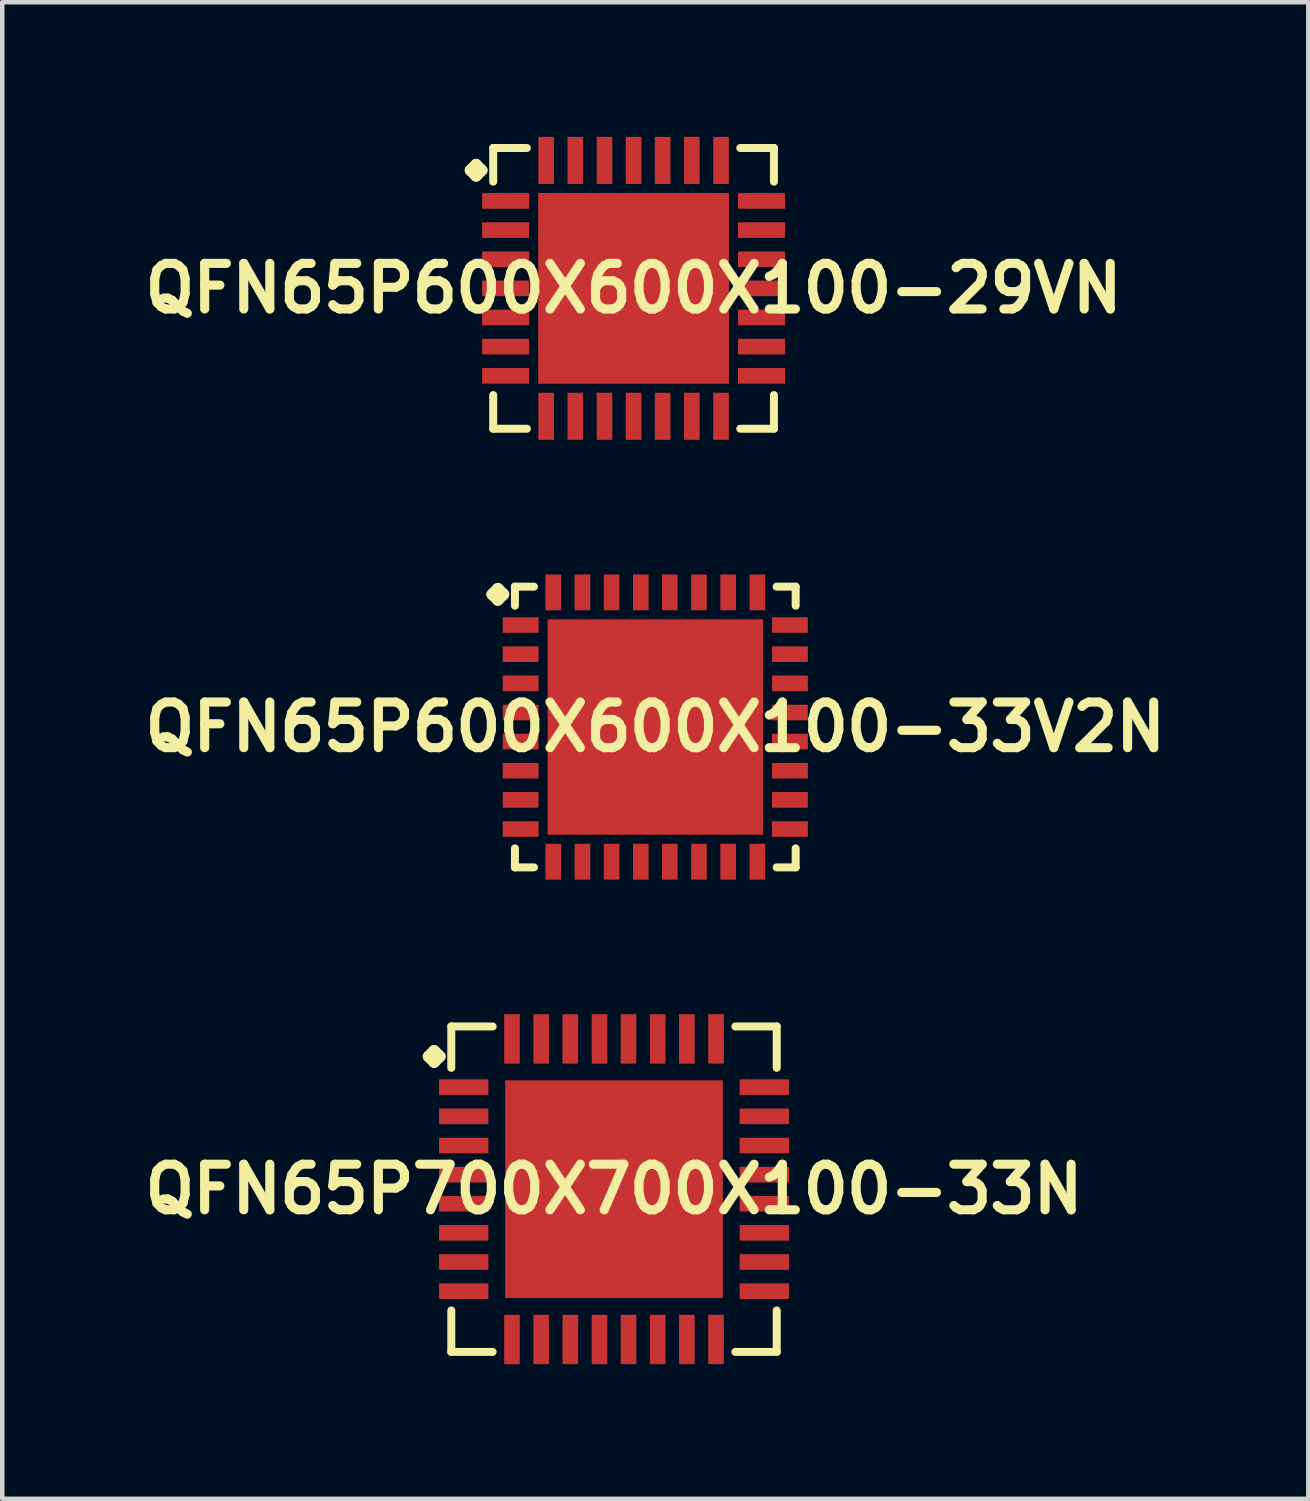
<source format=kicad_pcb>
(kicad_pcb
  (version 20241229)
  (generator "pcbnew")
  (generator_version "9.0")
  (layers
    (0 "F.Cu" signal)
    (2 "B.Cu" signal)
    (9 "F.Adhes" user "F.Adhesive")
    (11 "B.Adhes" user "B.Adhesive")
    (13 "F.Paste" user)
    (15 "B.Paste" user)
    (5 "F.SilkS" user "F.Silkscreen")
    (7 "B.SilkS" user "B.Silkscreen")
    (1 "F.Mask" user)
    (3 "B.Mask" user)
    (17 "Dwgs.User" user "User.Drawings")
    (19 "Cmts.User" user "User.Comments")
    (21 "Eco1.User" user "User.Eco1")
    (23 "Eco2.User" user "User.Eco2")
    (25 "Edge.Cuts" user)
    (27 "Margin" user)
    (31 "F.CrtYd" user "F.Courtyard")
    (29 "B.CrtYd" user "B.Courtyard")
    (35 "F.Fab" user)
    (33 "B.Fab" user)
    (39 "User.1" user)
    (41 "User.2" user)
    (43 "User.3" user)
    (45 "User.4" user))
  (footprint "QFN65P700X700X100-33N"
    (layer "F.Cu")
    (at 10.629 23.443)
    (property "Reference" "QFN65P700X700X100-33N" (at 0 0 0) (layer "F.SilkS") (effects (font (size 1.016 1.016) (thickness 0.203))))
    (attr smd)
    (fp_line (start -4.133 -2.957) (end -4.006 -3.084) (stroke (width 0.254) (type solid)) (layer "F.SilkS"))
    (fp_line (start -4.006 -3.084) (end -3.879 -2.957) (stroke (width 0.254) (type solid)) (layer "F.SilkS"))
    (fp_line (start -4.006 -2.83) (end -4.133 -2.957) (stroke (width 0.254) (type solid)) (layer "F.SilkS"))
    (fp_line (start -3.879 -2.957) (end -4.006 -2.83) (stroke (width 0.254) (type solid)) (layer "F.SilkS"))
    (fp_line (start -3.625 -3.625) (end -2.703 -3.625) (stroke (width 0.178) (type solid)) (layer "F.SilkS"))
    (fp_line (start -3.625 -2.703) (end -3.625 -3.625) (stroke (width 0.178) (type solid)) (layer "F.SilkS"))
    (fp_line (start -3.625 2.703) (end -3.625 3.625) (stroke (width 0.178) (type solid)) (layer "F.SilkS"))
    (fp_line (start -3.625 3.625) (end -2.703 3.625) (stroke (width 0.178) (type solid)) (layer "F.SilkS"))
    (fp_line (start 2.703 -3.625) (end 3.625 -3.625) (stroke (width 0.178) (type solid)) (layer "F.SilkS"))
    (fp_line (start 2.703 3.625) (end 3.625 3.625) (stroke (width 0.178) (type solid)) (layer "F.SilkS"))
    (fp_line (start 3.625 -3.625) (end 3.625 -2.703) (stroke (width 0.178) (type solid)) (layer "F.SilkS"))
    (fp_line (start 3.625 3.625) (end 3.625 2.703) (stroke (width 0.178) (type solid)) (layer "F.SilkS"))
    (pad "1" smd rect (at -3.348 -2.273) (size 1.1 0.348) (layers "F.Cu" "F.Mask" "F.Paste"))
    (pad "2" smd rect (at -3.348 -1.623) (size 1.1 0.348) (layers "F.Cu" "F.Mask" "F.Paste"))
    (pad "3" smd rect (at -3.348 -0.973) (size 1.1 0.348) (layers "F.Cu" "F.Mask" "F.Paste"))
    (pad "4" smd rect (at -3.348 -0.323) (size 1.1 0.348) (layers "F.Cu" "F.Mask" "F.Paste"))
    (pad "5" smd rect (at -3.348 0.323) (size 1.1 0.348) (layers "F.Cu" "F.Mask" "F.Paste"))
    (pad "6" smd rect (at -3.348 0.973) (size 1.1 0.348) (layers "F.Cu" "F.Mask" "F.Paste"))
    (pad "7" smd rect (at -3.348 1.623) (size 1.1 0.348) (layers "F.Cu" "F.Mask" "F.Paste"))
    (pad "8" smd rect (at -3.348 2.273) (size 1.1 0.348) (layers "F.Cu" "F.Mask" "F.Paste"))
    (pad "9" smd rect (at -2.273 3.348) (size 0.348 1.1) (layers "F.Cu" "F.Mask" "F.Paste"))
    (pad "10" smd rect (at -1.623 3.348) (size 0.348 1.1) (layers "F.Cu" "F.Mask" "F.Paste"))
    (pad "11" smd rect (at -0.973 3.348) (size 0.348 1.1) (layers "F.Cu" "F.Mask" "F.Paste"))
    (pad "12" smd rect (at -0.323 3.348) (size 0.348 1.1) (layers "F.Cu" "F.Mask" "F.Paste"))
    (pad "13" smd rect (at 0.323 3.348) (size 0.348 1.1) (layers "F.Cu" "F.Mask" "F.Paste"))
    (pad "14" smd rect (at 0.973 3.348) (size 0.348 1.1) (layers "F.Cu" "F.Mask" "F.Paste"))
    (pad "15" smd rect (at 1.623 3.348) (size 0.348 1.1) (layers "F.Cu" "F.Mask" "F.Paste"))
    (pad "16" smd rect (at 2.273 3.348) (size 0.348 1.1) (layers "F.Cu" "F.Mask" "F.Paste"))
    (pad "17" smd rect (at 3.348 2.273) (size 1.1 0.348) (layers "F.Cu" "F.Mask" "F.Paste"))
    (pad "18" smd rect (at 3.348 1.623) (size 1.1 0.348) (layers "F.Cu" "F.Mask" "F.Paste"))
    (pad "19" smd rect (at 3.348 0.973) (size 1.1 0.348) (layers "F.Cu" "F.Mask" "F.Paste"))
    (pad "20" smd rect (at 3.348 0.323) (size 1.1 0.348) (layers "F.Cu" "F.Mask" "F.Paste"))
    (pad "21" smd rect (at 3.348 -0.323) (size 1.1 0.348) (layers "F.Cu" "F.Mask" "F.Paste"))
    (pad "22" smd rect (at 3.348 -0.973) (size 1.1 0.348) (layers "F.Cu" "F.Mask" "F.Paste"))
    (pad "23" smd rect (at 3.348 -1.623) (size 1.1 0.348) (layers "F.Cu" "F.Mask" "F.Paste"))
    (pad "24" smd rect (at 3.348 -2.273) (size 1.1 0.348) (layers "F.Cu" "F.Mask" "F.Paste"))
    (pad "25" smd rect (at 2.273 -3.348) (size 0.348 1.1) (layers "F.Cu" "F.Mask" "F.Paste"))
    (pad "26" smd rect (at 1.623 -3.348) (size 0.348 1.1) (layers "F.Cu" "F.Mask" "F.Paste"))
    (pad "27" smd rect (at 0.973 -3.348) (size 0.348 1.1) (layers "F.Cu" "F.Mask" "F.Paste"))
    (pad "28" smd rect (at 0.323 -3.348) (size 0.348 1.1) (layers "F.Cu" "F.Mask" "F.Paste"))
    (pad "29" smd rect (at -0.323 -3.348) (size 0.348 1.1) (layers "F.Cu" "F.Mask" "F.Paste"))
    (pad "30" smd rect (at -0.973 -3.348) (size 0.348 1.1) (layers "F.Cu" "F.Mask" "F.Paste"))
    (pad "31" smd rect (at -1.623 -3.348) (size 0.348 1.1) (layers "F.Cu" "F.Mask" "F.Paste"))
    (pad "32" smd rect (at -2.273 -3.348) (size 0.348 1.1) (layers "F.Cu" "F.Mask" "F.Paste"))
    (pad "33" smd rect (at 0 0) (size 4.849 4.849) (layers "F.Cu" "F.Mask" "F.Paste")))
  (footprint "QFN65P600X600X100-29VN"
    (layer "F.Cu")
    (at 11.065 3.374)
    (property "Reference" "QFN65P600X600X100-29VN" (at 0 0 0) (layer "F.SilkS") (effects (font (size 1.016 1.016) (thickness 0.203))))
    (attr smd)
    (fp_line (start -3.635 -2.631) (end -3.508 -2.758) (stroke (width 0.254) (type solid)) (layer "F.SilkS"))
    (fp_line (start -3.508 -2.758) (end -3.381 -2.631) (stroke (width 0.254) (type solid)) (layer "F.SilkS"))
    (fp_line (start -3.508 -2.504) (end -3.635 -2.631) (stroke (width 0.254) (type solid)) (layer "F.SilkS"))
    (fp_line (start -3.381 -2.631) (end -3.508 -2.504) (stroke (width 0.254) (type solid)) (layer "F.SilkS"))
    (fp_line (start -3.127 -3.127) (end -2.377 -3.127) (stroke (width 0.178) (type solid)) (layer "F.SilkS"))
    (fp_line (start -3.127 -2.377) (end -3.127 -3.127) (stroke (width 0.178) (type solid)) (layer "F.SilkS"))
    (fp_line (start -3.127 2.377) (end -3.127 3.127) (stroke (width 0.178) (type solid)) (layer "F.SilkS"))
    (fp_line (start -3.127 3.127) (end -2.377 3.127) (stroke (width 0.178) (type solid)) (layer "F.SilkS"))
    (fp_line (start 2.377 -3.127) (end 3.127 -3.127) (stroke (width 0.178) (type solid)) (layer "F.SilkS"))
    (fp_line (start 2.377 3.127) (end 3.127 3.127) (stroke (width 0.178) (type solid)) (layer "F.SilkS"))
    (fp_line (start 3.127 -3.127) (end 3.127 -2.377) (stroke (width 0.178) (type solid)) (layer "F.SilkS"))
    (fp_line (start 3.127 3.127) (end 3.127 2.377) (stroke (width 0.178) (type solid)) (layer "F.SilkS"))
    (pad "1" smd rect (at -2.85 -1.948) (size 1.049 0.348) (layers "F.Cu" "F.Mask" "F.Paste"))
    (pad "2" smd rect (at -2.85 -1.298) (size 1.049 0.348) (layers "F.Cu" "F.Mask" "F.Paste"))
    (pad "3" smd rect (at -2.85 -0.648) (size 1.049 0.348) (layers "F.Cu" "F.Mask" "F.Paste"))
    (pad "4" smd rect (at -2.85 0) (size 1.049 0.348) (layers "F.Cu" "F.Mask" "F.Paste"))
    (pad "5" smd rect (at -2.85 0.648) (size 1.049 0.348) (layers "F.Cu" "F.Mask" "F.Paste"))
    (pad "6" smd rect (at -2.85 1.298) (size 1.049 0.348) (layers "F.Cu" "F.Mask" "F.Paste"))
    (pad "7" smd rect (at -2.85 1.948) (size 1.049 0.348) (layers "F.Cu" "F.Mask" "F.Paste"))
    (pad "8" smd rect (at -1.948 2.85) (size 0.348 1.049) (layers "F.Cu" "F.Mask" "F.Paste"))
    (pad "9" smd rect (at -1.298 2.85) (size 0.348 1.049) (layers "F.Cu" "F.Mask" "F.Paste"))
    (pad "10" smd rect (at -0.648 2.85) (size 0.348 1.049) (layers "F.Cu" "F.Mask" "F.Paste"))
    (pad "11" smd rect (at 0 2.85) (size 0.348 1.049) (layers "F.Cu" "F.Mask" "F.Paste"))
    (pad "12" smd rect (at 0.648 2.85) (size 0.348 1.049) (layers "F.Cu" "F.Mask" "F.Paste"))
    (pad "13" smd rect (at 1.298 2.85) (size 0.348 1.049) (layers "F.Cu" "F.Mask" "F.Paste"))
    (pad "14" smd rect (at 1.948 2.85) (size 0.348 1.049) (layers "F.Cu" "F.Mask" "F.Paste"))
    (pad "15" smd rect (at 2.85 1.948) (size 1.049 0.348) (layers "F.Cu" "F.Mask" "F.Paste"))
    (pad "16" smd rect (at 2.85 1.298) (size 1.049 0.348) (layers "F.Cu" "F.Mask" "F.Paste"))
    (pad "17" smd rect (at 2.85 0.648) (size 1.049 0.348) (layers "F.Cu" "F.Mask" "F.Paste"))
    (pad "18" smd rect (at 2.85 0) (size 1.049 0.348) (layers "F.Cu" "F.Mask" "F.Paste"))
    (pad "19" smd rect (at 2.85 -0.648) (size 1.049 0.348) (layers "F.Cu" "F.Mask" "F.Paste"))
    (pad "20" smd rect (at 2.85 -1.298) (size 1.049 0.348) (layers "F.Cu" "F.Mask" "F.Paste"))
    (pad "21" smd rect (at 2.85 -1.948) (size 1.049 0.348) (layers "F.Cu" "F.Mask" "F.Paste"))
    (pad "22" smd rect (at 1.948 -2.85) (size 0.348 1.049) (layers "F.Cu" "F.Mask" "F.Paste"))
    (pad "23" smd rect (at 1.298 -2.85) (size 0.348 1.049) (layers "F.Cu" "F.Mask" "F.Paste"))
    (pad "24" smd rect (at 0.648 -2.85) (size 0.348 1.049) (layers "F.Cu" "F.Mask" "F.Paste"))
    (pad "25" smd rect (at 0 -2.85) (size 0.348 1.049) (layers "F.Cu" "F.Mask" "F.Paste"))
    (pad "26" smd rect (at -0.648 -2.85) (size 0.348 1.049) (layers "F.Cu" "F.Mask" "F.Paste"))
    (pad "27" smd rect (at -1.298 -2.85) (size 0.348 1.049) (layers "F.Cu" "F.Mask" "F.Paste"))
    (pad "28" smd rect (at -1.948 -2.85) (size 0.348 1.049) (layers "F.Cu" "F.Mask" "F.Paste"))
    (pad "29" smd rect (at 0 0) (size 4.249 4.249) (layers "F.Cu" "F.Mask" "F.Paste")))
  (footprint "QFN65P600X600X100-33V2N"
    (layer "F.Cu")
    (at 11.549 13.147)
    (property "Reference" "QFN65P600X600X100-33V2N" (at 0 0 0) (layer "F.SilkS") (effects (font (size 1.016 1.016) (thickness 0.203))))
    (attr smd)
    (fp_line (start -3.635 -2.957) (end -3.508 -3.084) (stroke (width 0.254) (type solid)) (layer "F.SilkS"))
    (fp_line (start -3.508 -3.084) (end -3.381 -2.957) (stroke (width 0.254) (type solid)) (layer "F.SilkS"))
    (fp_line (start -3.508 -2.83) (end -3.635 -2.957) (stroke (width 0.254) (type solid)) (layer "F.SilkS"))
    (fp_line (start -3.381 -2.957) (end -3.508 -2.83) (stroke (width 0.254) (type solid)) (layer "F.SilkS"))
    (fp_line (start -3.127 -3.127) (end -2.703 -3.127) (stroke (width 0.178) (type solid)) (layer "F.SilkS"))
    (fp_line (start -3.127 -2.703) (end -3.127 -3.127) (stroke (width 0.178) (type solid)) (layer "F.SilkS"))
    (fp_line (start -3.127 2.703) (end -3.127 3.127) (stroke (width 0.178) (type solid)) (layer "F.SilkS"))
    (fp_line (start -3.127 3.127) (end -2.703 3.127) (stroke (width 0.178) (type solid)) (layer "F.SilkS"))
    (fp_line (start 2.703 -3.127) (end 3.127 -3.127) (stroke (width 0.178) (type solid)) (layer "F.SilkS"))
    (fp_line (start 2.703 3.127) (end 3.127 3.127) (stroke (width 0.178) (type solid)) (layer "F.SilkS"))
    (fp_line (start 3.127 -3.127) (end 3.127 -2.703) (stroke (width 0.178) (type solid)) (layer "F.SilkS"))
    (fp_line (start 3.127 3.127) (end 3.127 2.703) (stroke (width 0.178) (type solid)) (layer "F.SilkS"))
    (pad "1" smd rect (at -3 -2.273) (size 0.798 0.348) (layers "F.Cu" "F.Mask" "F.Paste"))
    (pad "2" smd rect (at -3 -1.623) (size 0.798 0.348) (layers "F.Cu" "F.Mask" "F.Paste"))
    (pad "3" smd rect (at -3 -0.973) (size 0.798 0.348) (layers "F.Cu" "F.Mask" "F.Paste"))
    (pad "4" smd rect (at -3 -0.323) (size 0.798 0.348) (layers "F.Cu" "F.Mask" "F.Paste"))
    (pad "5" smd rect (at -3 0.323) (size 0.798 0.348) (layers "F.Cu" "F.Mask" "F.Paste"))
    (pad "6" smd rect (at -3 0.973) (size 0.798 0.348) (layers "F.Cu" "F.Mask" "F.Paste"))
    (pad "7" smd rect (at -3 1.623) (size 0.798 0.348) (layers "F.Cu" "F.Mask" "F.Paste"))
    (pad "8" smd rect (at -3 2.273) (size 0.798 0.348) (layers "F.Cu" "F.Mask" "F.Paste"))
    (pad "9" smd rect (at -2.273 3) (size 0.348 0.798) (layers "F.Cu" "F.Mask" "F.Paste"))
    (pad "10" smd rect (at -1.623 3) (size 0.348 0.798) (layers "F.Cu" "F.Mask" "F.Paste"))
    (pad "11" smd rect (at -0.973 3) (size 0.348 0.798) (layers "F.Cu" "F.Mask" "F.Paste"))
    (pad "12" smd rect (at -0.323 3) (size 0.348 0.798) (layers "F.Cu" "F.Mask" "F.Paste"))
    (pad "13" smd rect (at 0.323 3) (size 0.348 0.798) (layers "F.Cu" "F.Mask" "F.Paste"))
    (pad "14" smd rect (at 0.973 3) (size 0.348 0.798) (layers "F.Cu" "F.Mask" "F.Paste"))
    (pad "15" smd rect (at 1.623 3) (size 0.348 0.798) (layers "F.Cu" "F.Mask" "F.Paste"))
    (pad "16" smd rect (at 2.273 3) (size 0.348 0.798) (layers "F.Cu" "F.Mask" "F.Paste"))
    (pad "17" smd rect (at 3 2.273) (size 0.798 0.348) (layers "F.Cu" "F.Mask" "F.Paste"))
    (pad "18" smd rect (at 3 1.623) (size 0.798 0.348) (layers "F.Cu" "F.Mask" "F.Paste"))
    (pad "19" smd rect (at 3 0.973) (size 0.798 0.348) (layers "F.Cu" "F.Mask" "F.Paste"))
    (pad "20" smd rect (at 3 0.323) (size 0.798 0.348) (layers "F.Cu" "F.Mask" "F.Paste"))
    (pad "21" smd rect (at 3 -0.323) (size 0.798 0.348) (layers "F.Cu" "F.Mask" "F.Paste"))
    (pad "22" smd rect (at 3 -0.973) (size 0.798 0.348) (layers "F.Cu" "F.Mask" "F.Paste"))
    (pad "23" smd rect (at 3 -1.623) (size 0.798 0.348) (layers "F.Cu" "F.Mask" "F.Paste"))
    (pad "24" smd rect (at 3 -2.273) (size 0.798 0.348) (layers "F.Cu" "F.Mask" "F.Paste"))
    (pad "25" smd rect (at 2.273 -3) (size 0.348 0.798) (layers "F.Cu" "F.Mask" "F.Paste"))
    (pad "26" smd rect (at 1.623 -3) (size 0.348 0.798) (layers "F.Cu" "F.Mask" "F.Paste"))
    (pad "27" smd rect (at 0.973 -3) (size 0.348 0.798) (layers "F.Cu" "F.Mask" "F.Paste"))
    (pad "28" smd rect (at 0.323 -3) (size 0.348 0.798) (layers "F.Cu" "F.Mask" "F.Paste"))
    (pad "29" smd rect (at -0.323 -3) (size 0.348 0.798) (layers "F.Cu" "F.Mask" "F.Paste"))
    (pad "30" smd rect (at -0.973 -3) (size 0.348 0.798) (layers "F.Cu" "F.Mask" "F.Paste"))
    (pad "31" smd rect (at -1.623 -3) (size 0.348 0.798) (layers "F.Cu" "F.Mask" "F.Paste"))
    (pad "32" smd rect (at -2.273 -3) (size 0.348 0.798) (layers "F.Cu" "F.Mask" "F.Paste"))
    (pad "33" smd rect (at 0 0) (size 4.798 4.798) (layers "F.Cu" "F.Mask" "F.Paste")))
  (gr_rect
    (start -3 -3)
    (end 26.097 30.341)
    (stroke (width 0.1) (type default))
    (fill no)
    (layer "Edge.Cuts")))
</source>
